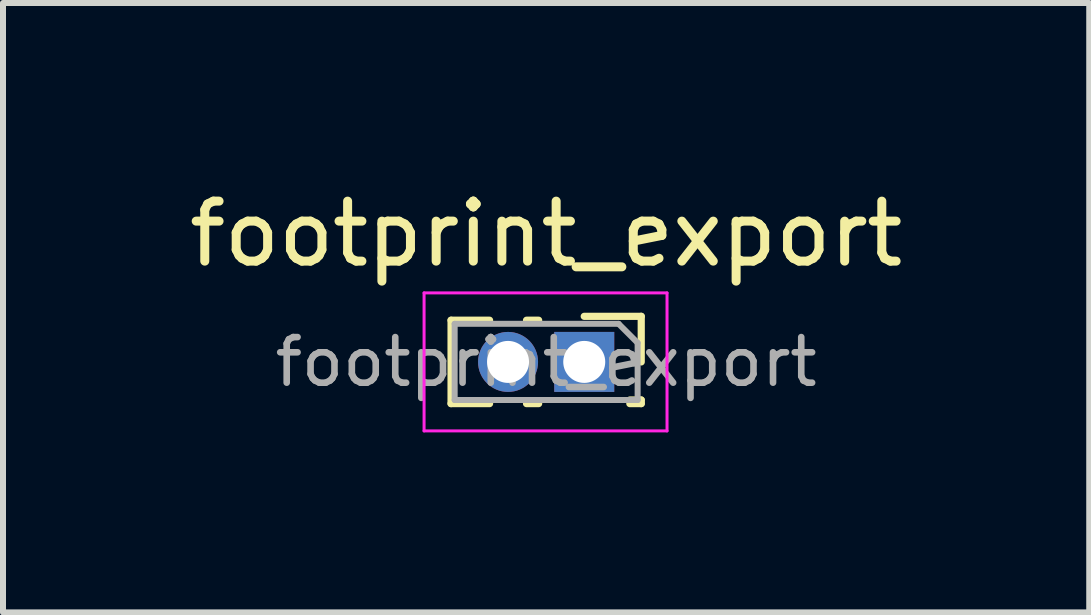
<source format=kicad_pcb>
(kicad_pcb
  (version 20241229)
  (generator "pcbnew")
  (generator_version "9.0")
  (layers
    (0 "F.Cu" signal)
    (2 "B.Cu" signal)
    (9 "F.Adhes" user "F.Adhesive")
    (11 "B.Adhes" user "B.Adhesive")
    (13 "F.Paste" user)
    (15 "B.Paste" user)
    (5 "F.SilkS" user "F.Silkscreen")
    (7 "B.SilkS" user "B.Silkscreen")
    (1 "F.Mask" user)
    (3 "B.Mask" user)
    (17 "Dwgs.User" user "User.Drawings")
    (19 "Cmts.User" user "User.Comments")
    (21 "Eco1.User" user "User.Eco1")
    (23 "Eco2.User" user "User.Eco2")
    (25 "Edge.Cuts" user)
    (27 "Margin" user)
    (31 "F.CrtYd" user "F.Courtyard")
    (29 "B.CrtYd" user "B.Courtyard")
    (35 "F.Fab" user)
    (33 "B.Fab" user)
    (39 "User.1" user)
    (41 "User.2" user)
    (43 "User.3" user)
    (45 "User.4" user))
  (footprint "footprint_export"
    (layer "F.Cu")
    (at 6.689 2.983)
    (property "Reference" "footprint_export" (at -0.635 -2.135 0) (layer "F.SilkS") (effects (font (size 1 1) (thickness 0.15))))
    (attr through_hole)
    (fp_line (start -2.22 -0.695) (end -2.22 0.695) (stroke (width 0.12) (type solid)) (layer "F.SilkS"))
    (fp_line (start -2.22 -0.695) (end -1.578 -0.695) (stroke (width 0.12) (type solid)) (layer "F.SilkS"))
    (fp_line (start -2.22 0.695) (end -1.578 0.695) (stroke (width 0.12) (type solid)) (layer "F.SilkS"))
    (fp_line (start -0.962 -0.695) (end -0.76 -0.695) (stroke (width 0.12) (type solid)) (layer "F.SilkS"))
    (fp_line (start -0.962 0.695) (end -0.76 0.695) (stroke (width 0.12) (type solid)) (layer "F.SilkS"))
    (fp_line (start 0 -0.76) (end 0.95 -0.76) (stroke (width 0.12) (type solid)) (layer "F.SilkS"))
    (fp_line (start 0.76 0.635) (end 0.95 0.635) (stroke (width 0.12) (type solid)) (layer "F.SilkS"))
    (fp_line (start 0.76 0.695) (end 0.95 0.695) (stroke (width 0.12) (type solid)) (layer "F.SilkS"))
    (fp_line (start 0.95 -0.76) (end 0.95 0) (stroke (width 0.12) (type solid)) (layer "F.SilkS"))
    (fp_line (start 0.95 0.635) (end 0.95 0.695) (stroke (width 0.12) (type solid)) (layer "F.SilkS"))
    (fp_line (start -2.67 -1.15) (end 1.38 -1.15) (stroke (width 0.05) (type solid)) (layer "F.CrtYd"))
    (fp_line (start -2.67 1.15) (end -2.67 -1.15) (stroke (width 0.05) (type solid)) (layer "F.CrtYd"))
    (fp_line (start 1.38 -1.15) (end 1.38 1.15) (stroke (width 0.05) (type solid)) (layer "F.CrtYd"))
    (fp_line (start 1.38 1.15) (end -2.67 1.15) (stroke (width 0.05) (type solid)) (layer "F.CrtYd"))
    (fp_line (start -2.16 -0.635) (end 0.573 -0.635) (stroke (width 0.1) (type solid)) (layer "F.Fab"))
    (fp_line (start -2.16 0.635) (end -2.16 -0.635) (stroke (width 0.1) (type solid)) (layer "F.Fab"))
    (fp_line (start 0.573 -0.635) (end 0.89 -0.318) (stroke (width 0.1) (type solid)) (layer "F.Fab"))
    (fp_line (start 0.89 -0.318) (end 0.89 0.635) (stroke (width 0.1) (type solid)) (layer "F.Fab"))
    (fp_line (start 0.89 0.635) (end -2.16 0.635) (stroke (width 0.1) (type solid)) (layer "F.Fab"))
    (fp_text user "${REFERENCE}" (at -0.635 0 0) (layer "F.Fab") (effects (font (size 0.76 0.76) (thickness 0.11))))
    (pad "1" thru_hole rect (at 0 0) (size 1 1) (drill 0.7) (layers "*.Cu" "*.Mask"))
    (pad "2" thru_hole oval (at -1.27 0) (size 1 1) (drill 0.7) (layers "*.Cu" "*.Mask")))
  (gr_rect
    (start -3 -3)
    (end 15.107 7.158)
    (stroke (width 0.1) (type default))
    (fill no)
    (layer "Edge.Cuts")))
</source>
